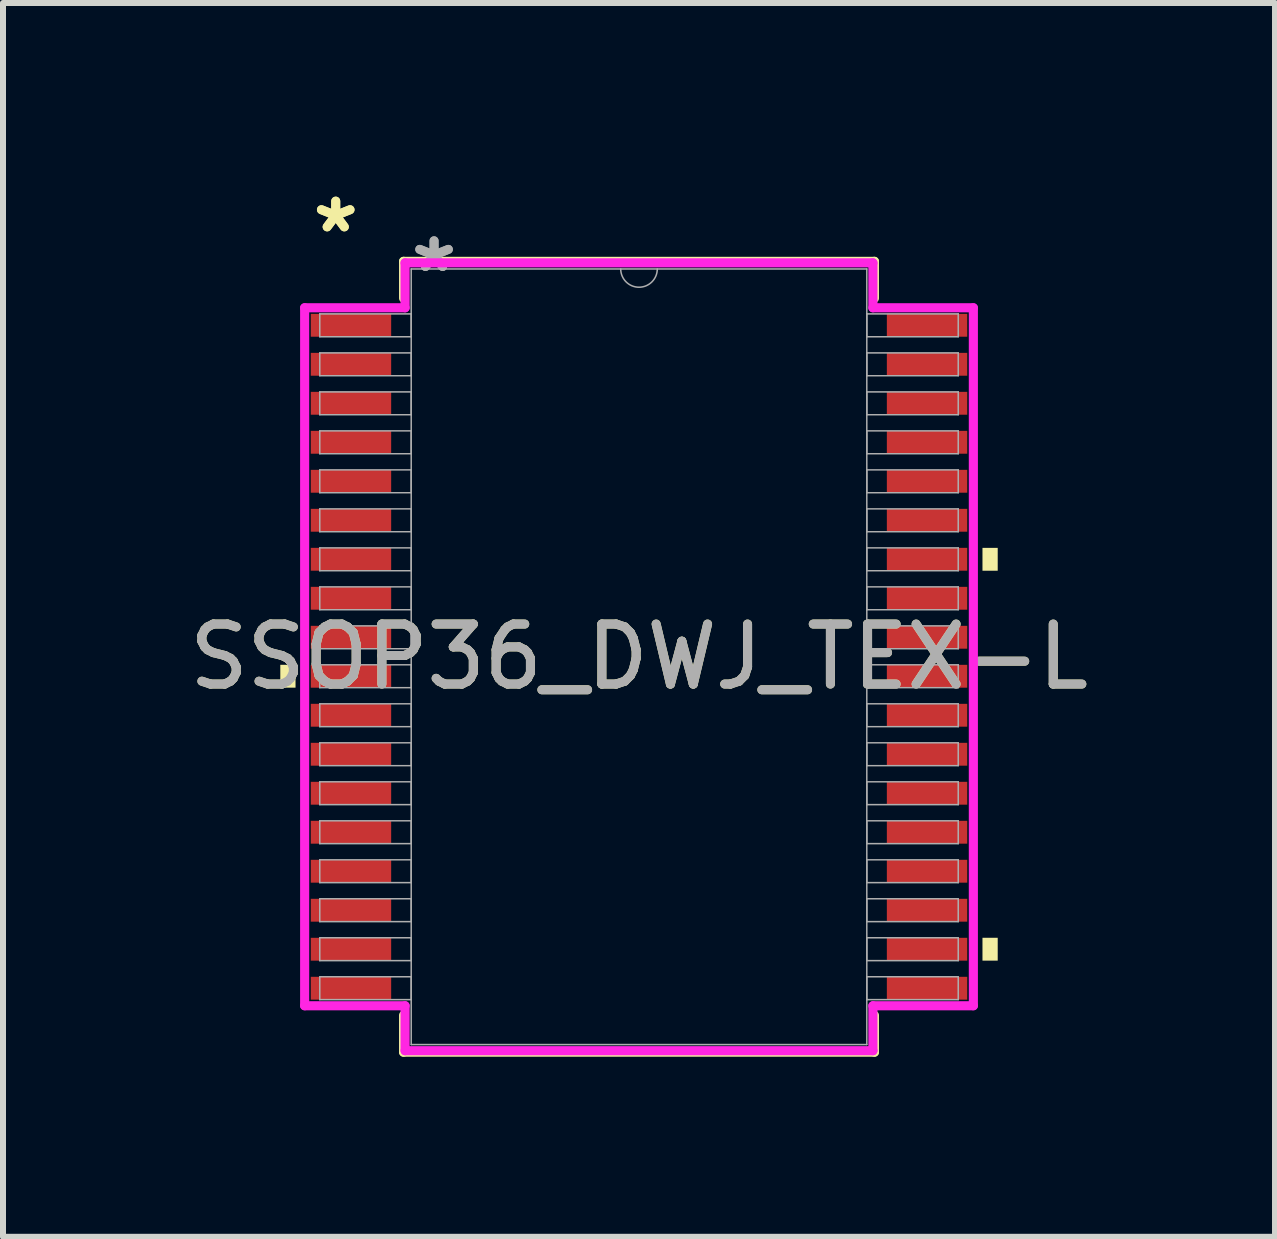
<source format=kicad_pcb>
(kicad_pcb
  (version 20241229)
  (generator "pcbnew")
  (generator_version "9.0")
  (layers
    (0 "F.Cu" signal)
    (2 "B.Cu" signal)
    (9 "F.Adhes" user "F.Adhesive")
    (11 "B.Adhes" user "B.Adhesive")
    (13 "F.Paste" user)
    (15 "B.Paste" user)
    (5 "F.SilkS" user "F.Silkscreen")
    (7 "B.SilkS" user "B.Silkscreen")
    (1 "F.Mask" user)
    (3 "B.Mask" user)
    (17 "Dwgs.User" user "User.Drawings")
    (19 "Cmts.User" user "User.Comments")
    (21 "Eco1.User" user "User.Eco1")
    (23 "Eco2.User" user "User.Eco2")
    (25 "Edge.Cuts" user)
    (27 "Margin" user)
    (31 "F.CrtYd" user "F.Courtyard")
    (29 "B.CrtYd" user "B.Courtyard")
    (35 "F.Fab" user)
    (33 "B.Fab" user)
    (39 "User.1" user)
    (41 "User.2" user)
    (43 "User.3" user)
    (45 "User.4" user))
  (footprint "SSOP36_DWJ_TEX-L"
    (layer "F.Cu")
    (at 7.601 7.897)
    (property "Reference" "SSOP36_DWJ_TEX-L" (at 0 0 0) (unlocked yes) (layer "F.SilkS") (effects (font (size 1 1) (thickness 0.15))))
    (attr smd)
    (fp_line (start -3.924 -6.591) (end -3.924 -5.976) (stroke (width 0.152) (type solid)) (layer "F.SilkS"))
    (fp_line (start -3.924 5.976) (end -3.924 6.591) (stroke (width 0.152) (type solid)) (layer "F.SilkS"))
    (fp_line (start -3.924 6.591) (end 3.924 6.591) (stroke (width 0.152) (type solid)) (layer "F.SilkS"))
    (fp_line (start 3.924 -6.591) (end -3.924 -6.591) (stroke (width 0.152) (type solid)) (layer "F.SilkS"))
    (fp_line (start 3.924 -5.976) (end 3.924 -6.591) (stroke (width 0.152) (type solid)) (layer "F.SilkS"))
    (fp_line (start 3.924 6.591) (end 3.924 5.976) (stroke (width 0.152) (type solid)) (layer "F.SilkS"))
    (fp_poly (pts (xy -5.979 0.134) (xy -5.979 0.515) (xy -5.725 0.515) (xy -5.725 0.134)) (stroke (width 0) (type solid)) (fill yes) (layer "F.SilkS"))
    (fp_poly (pts (xy 5.979 -1.815) (xy 5.979 -1.434) (xy 5.725 -1.434) (xy 5.725 -1.815)) (stroke (width 0) (type solid)) (fill yes) (layer "F.SilkS"))
    (fp_poly (pts (xy 5.979 4.684) (xy 5.979 5.065) (xy 5.725 5.065) (xy 5.725 4.684)) (stroke (width 0) (type solid)) (fill yes) (layer "F.SilkS"))
    (fp_line (start -5.573 -5.817) (end -3.899 -5.817) (stroke (width 0.152) (type solid)) (layer "F.CrtYd"))
    (fp_line (start -5.573 5.817) (end -5.573 -5.817) (stroke (width 0.152) (type solid)) (layer "F.CrtYd"))
    (fp_line (start -5.573 5.817) (end -3.899 5.817) (stroke (width 0.152) (type solid)) (layer "F.CrtYd"))
    (fp_line (start -3.899 -6.566) (end 3.899 -6.566) (stroke (width 0.152) (type solid)) (layer "F.CrtYd"))
    (fp_line (start -3.899 -5.817) (end -3.899 -6.566) (stroke (width 0.152) (type solid)) (layer "F.CrtYd"))
    (fp_line (start -3.899 6.566) (end -3.899 5.817) (stroke (width 0.152) (type solid)) (layer "F.CrtYd"))
    (fp_line (start 3.899 -6.566) (end 3.899 -5.817) (stroke (width 0.152) (type solid)) (layer "F.CrtYd"))
    (fp_line (start 3.899 5.817) (end 3.899 6.566) (stroke (width 0.152) (type solid)) (layer "F.CrtYd"))
    (fp_line (start 3.899 6.566) (end -3.899 6.566) (stroke (width 0.152) (type solid)) (layer "F.CrtYd"))
    (fp_line (start 5.573 -5.817) (end 3.899 -5.817) (stroke (width 0.152) (type solid)) (layer "F.CrtYd"))
    (fp_line (start 5.573 -5.817) (end 5.573 5.817) (stroke (width 0.152) (type solid)) (layer "F.CrtYd"))
    (fp_line (start 5.573 5.817) (end 3.899 5.817) (stroke (width 0.152) (type solid)) (layer "F.CrtYd"))
    (fp_line (start -5.321 -5.715) (end -5.321 -5.334) (stroke (width 0.025) (type solid)) (layer "F.Fab"))
    (fp_line (start -5.321 -5.334) (end -3.797 -5.334) (stroke (width 0.025) (type solid)) (layer "F.Fab"))
    (fp_line (start -5.321 -5.065) (end -5.321 -4.684) (stroke (width 0.025) (type solid)) (layer "F.Fab"))
    (fp_line (start -5.321 -4.684) (end -3.797 -4.684) (stroke (width 0.025) (type solid)) (layer "F.Fab"))
    (fp_line (start -5.321 -4.415) (end -5.321 -4.034) (stroke (width 0.025) (type solid)) (layer "F.Fab"))
    (fp_line (start -5.321 -4.034) (end -3.797 -4.034) (stroke (width 0.025) (type solid)) (layer "F.Fab"))
    (fp_line (start -5.321 -3.765) (end -5.321 -3.384) (stroke (width 0.025) (type solid)) (layer "F.Fab"))
    (fp_line (start -5.321 -3.384) (end -3.797 -3.384) (stroke (width 0.025) (type solid)) (layer "F.Fab"))
    (fp_line (start -5.321 -3.115) (end -5.321 -2.734) (stroke (width 0.025) (type solid)) (layer "F.Fab"))
    (fp_line (start -5.321 -2.734) (end -3.797 -2.734) (stroke (width 0.025) (type solid)) (layer "F.Fab"))
    (fp_line (start -5.321 -2.465) (end -5.321 -2.084) (stroke (width 0.025) (type solid)) (layer "F.Fab"))
    (fp_line (start -5.321 -2.084) (end -3.797 -2.084) (stroke (width 0.025) (type solid)) (layer "F.Fab"))
    (fp_line (start -5.321 -1.815) (end -5.321 -1.434) (stroke (width 0.025) (type solid)) (layer "F.Fab"))
    (fp_line (start -5.321 -1.434) (end -3.797 -1.434) (stroke (width 0.025) (type solid)) (layer "F.Fab"))
    (fp_line (start -5.321 -1.165) (end -5.321 -0.784) (stroke (width 0.025) (type solid)) (layer "F.Fab"))
    (fp_line (start -5.321 -0.784) (end -3.797 -0.784) (stroke (width 0.025) (type solid)) (layer "F.Fab"))
    (fp_line (start -5.321 -0.515) (end -5.321 -0.134) (stroke (width 0.025) (type solid)) (layer "F.Fab"))
    (fp_line (start -5.321 -0.134) (end -3.797 -0.134) (stroke (width 0.025) (type solid)) (layer "F.Fab"))
    (fp_line (start -5.321 0.134) (end -5.321 0.515) (stroke (width 0.025) (type solid)) (layer "F.Fab"))
    (fp_line (start -5.321 0.515) (end -3.797 0.515) (stroke (width 0.025) (type solid)) (layer "F.Fab"))
    (fp_line (start -5.321 0.784) (end -5.321 1.165) (stroke (width 0.025) (type solid)) (layer "F.Fab"))
    (fp_line (start -5.321 1.165) (end -3.797 1.165) (stroke (width 0.025) (type solid)) (layer "F.Fab"))
    (fp_line (start -5.321 1.434) (end -5.321 1.815) (stroke (width 0.025) (type solid)) (layer "F.Fab"))
    (fp_line (start -5.321 1.815) (end -3.797 1.815) (stroke (width 0.025) (type solid)) (layer "F.Fab"))
    (fp_line (start -5.321 2.084) (end -5.321 2.465) (stroke (width 0.025) (type solid)) (layer "F.Fab"))
    (fp_line (start -5.321 2.465) (end -3.797 2.465) (stroke (width 0.025) (type solid)) (layer "F.Fab"))
    (fp_line (start -5.321 2.734) (end -5.321 3.115) (stroke (width 0.025) (type solid)) (layer "F.Fab"))
    (fp_line (start -5.321 3.115) (end -3.797 3.115) (stroke (width 0.025) (type solid)) (layer "F.Fab"))
    (fp_line (start -5.321 3.384) (end -5.321 3.765) (stroke (width 0.025) (type solid)) (layer "F.Fab"))
    (fp_line (start -5.321 3.765) (end -3.797 3.765) (stroke (width 0.025) (type solid)) (layer "F.Fab"))
    (fp_line (start -5.321 4.034) (end -5.321 4.415) (stroke (width 0.025) (type solid)) (layer "F.Fab"))
    (fp_line (start -5.321 4.415) (end -3.797 4.415) (stroke (width 0.025) (type solid)) (layer "F.Fab"))
    (fp_line (start -5.321 4.684) (end -5.321 5.065) (stroke (width 0.025) (type solid)) (layer "F.Fab"))
    (fp_line (start -5.321 5.065) (end -3.797 5.065) (stroke (width 0.025) (type solid)) (layer "F.Fab"))
    (fp_line (start -5.321 5.334) (end -5.321 5.715) (stroke (width 0.025) (type solid)) (layer "F.Fab"))
    (fp_line (start -5.321 5.715) (end -3.797 5.715) (stroke (width 0.025) (type solid)) (layer "F.Fab"))
    (fp_line (start -3.797 -6.464) (end -3.797 6.464) (stroke (width 0.025) (type solid)) (layer "F.Fab"))
    (fp_line (start -3.797 -5.715) (end -5.321 -5.715) (stroke (width 0.025) (type solid)) (layer "F.Fab"))
    (fp_line (start -3.797 -5.334) (end -3.797 -5.715) (stroke (width 0.025) (type solid)) (layer "F.Fab"))
    (fp_line (start -3.797 -5.065) (end -5.321 -5.065) (stroke (width 0.025) (type solid)) (layer "F.Fab"))
    (fp_line (start -3.797 -4.684) (end -3.797 -5.065) (stroke (width 0.025) (type solid)) (layer "F.Fab"))
    (fp_line (start -3.797 -4.415) (end -5.321 -4.415) (stroke (width 0.025) (type solid)) (layer "F.Fab"))
    (fp_line (start -3.797 -4.034) (end -3.797 -4.415) (stroke (width 0.025) (type solid)) (layer "F.Fab"))
    (fp_line (start -3.797 -3.765) (end -5.321 -3.765) (stroke (width 0.025) (type solid)) (layer "F.Fab"))
    (fp_line (start -3.797 -3.384) (end -3.797 -3.765) (stroke (width 0.025) (type solid)) (layer "F.Fab"))
    (fp_line (start -3.797 -3.115) (end -5.321 -3.115) (stroke (width 0.025) (type solid)) (layer "F.Fab"))
    (fp_line (start -3.797 -2.734) (end -3.797 -3.115) (stroke (width 0.025) (type solid)) (layer "F.Fab"))
    (fp_line (start -3.797 -2.465) (end -5.321 -2.465) (stroke (width 0.025) (type solid)) (layer "F.Fab"))
    (fp_line (start -3.797 -2.084) (end -3.797 -2.465) (stroke (width 0.025) (type solid)) (layer "F.Fab"))
    (fp_line (start -3.797 -1.815) (end -5.321 -1.815) (stroke (width 0.025) (type solid)) (layer "F.Fab"))
    (fp_line (start -3.797 -1.434) (end -3.797 -1.815) (stroke (width 0.025) (type solid)) (layer "F.Fab"))
    (fp_line (start -3.797 -1.165) (end -5.321 -1.165) (stroke (width 0.025) (type solid)) (layer "F.Fab"))
    (fp_line (start -3.797 -0.784) (end -3.797 -1.165) (stroke (width 0.025) (type solid)) (layer "F.Fab"))
    (fp_line (start -3.797 -0.515) (end -5.321 -0.515) (stroke (width 0.025) (type solid)) (layer "F.Fab"))
    (fp_line (start -3.797 -0.134) (end -3.797 -0.515) (stroke (width 0.025) (type solid)) (layer "F.Fab"))
    (fp_line (start -3.797 0.134) (end -5.321 0.134) (stroke (width 0.025) (type solid)) (layer "F.Fab"))
    (fp_line (start -3.797 0.515) (end -3.797 0.134) (stroke (width 0.025) (type solid)) (layer "F.Fab"))
    (fp_line (start -3.797 0.784) (end -5.321 0.784) (stroke (width 0.025) (type solid)) (layer "F.Fab"))
    (fp_line (start -3.797 1.165) (end -3.797 0.784) (stroke (width 0.025) (type solid)) (layer "F.Fab"))
    (fp_line (start -3.797 1.434) (end -5.321 1.434) (stroke (width 0.025) (type solid)) (layer "F.Fab"))
    (fp_line (start -3.797 1.815) (end -3.797 1.434) (stroke (width 0.025) (type solid)) (layer "F.Fab"))
    (fp_line (start -3.797 2.084) (end -5.321 2.084) (stroke (width 0.025) (type solid)) (layer "F.Fab"))
    (fp_line (start -3.797 2.465) (end -3.797 2.084) (stroke (width 0.025) (type solid)) (layer "F.Fab"))
    (fp_line (start -3.797 2.734) (end -5.321 2.734) (stroke (width 0.025) (type solid)) (layer "F.Fab"))
    (fp_line (start -3.797 3.115) (end -3.797 2.734) (stroke (width 0.025) (type solid)) (layer "F.Fab"))
    (fp_line (start -3.797 3.384) (end -5.321 3.384) (stroke (width 0.025) (type solid)) (layer "F.Fab"))
    (fp_line (start -3.797 3.765) (end -3.797 3.384) (stroke (width 0.025) (type solid)) (layer "F.Fab"))
    (fp_line (start -3.797 4.034) (end -5.321 4.034) (stroke (width 0.025) (type solid)) (layer "F.Fab"))
    (fp_line (start -3.797 4.415) (end -3.797 4.034) (stroke (width 0.025) (type solid)) (layer "F.Fab"))
    (fp_line (start -3.797 4.684) (end -5.321 4.684) (stroke (width 0.025) (type solid)) (layer "F.Fab"))
    (fp_line (start -3.797 5.065) (end -3.797 4.684) (stroke (width 0.025) (type solid)) (layer "F.Fab"))
    (fp_line (start -3.797 5.334) (end -5.321 5.334) (stroke (width 0.025) (type solid)) (layer "F.Fab"))
    (fp_line (start -3.797 5.715) (end -3.797 5.334) (stroke (width 0.025) (type solid)) (layer "F.Fab"))
    (fp_line (start -3.797 6.464) (end 3.797 6.464) (stroke (width 0.025) (type solid)) (layer "F.Fab"))
    (fp_line (start 3.797 -6.464) (end -3.797 -6.464) (stroke (width 0.025) (type solid)) (layer "F.Fab"))
    (fp_line (start 3.797 -5.715) (end 3.797 -5.334) (stroke (width 0.025) (type solid)) (layer "F.Fab"))
    (fp_line (start 3.797 -5.334) (end 5.321 -5.334) (stroke (width 0.025) (type solid)) (layer "F.Fab"))
    (fp_line (start 3.797 -5.065) (end 3.797 -4.684) (stroke (width 0.025) (type solid)) (layer "F.Fab"))
    (fp_line (start 3.797 -4.684) (end 5.321 -4.684) (stroke (width 0.025) (type solid)) (layer "F.Fab"))
    (fp_line (start 3.797 -4.415) (end 3.797 -4.034) (stroke (width 0.025) (type solid)) (layer "F.Fab"))
    (fp_line (start 3.797 -4.034) (end 5.321 -4.034) (stroke (width 0.025) (type solid)) (layer "F.Fab"))
    (fp_line (start 3.797 -3.765) (end 3.797 -3.384) (stroke (width 0.025) (type solid)) (layer "F.Fab"))
    (fp_line (start 3.797 -3.384) (end 5.321 -3.384) (stroke (width 0.025) (type solid)) (layer "F.Fab"))
    (fp_line (start 3.797 -3.115) (end 3.797 -2.734) (stroke (width 0.025) (type solid)) (layer "F.Fab"))
    (fp_line (start 3.797 -2.734) (end 5.321 -2.734) (stroke (width 0.025) (type solid)) (layer "F.Fab"))
    (fp_line (start 3.797 -2.465) (end 3.797 -2.084) (stroke (width 0.025) (type solid)) (layer "F.Fab"))
    (fp_line (start 3.797 -2.084) (end 5.321 -2.084) (stroke (width 0.025) (type solid)) (layer "F.Fab"))
    (fp_line (start 3.797 -1.815) (end 3.797 -1.434) (stroke (width 0.025) (type solid)) (layer "F.Fab"))
    (fp_line (start 3.797 -1.434) (end 5.321 -1.434) (stroke (width 0.025) (type solid)) (layer "F.Fab"))
    (fp_line (start 3.797 -1.165) (end 3.797 -0.784) (stroke (width 0.025) (type solid)) (layer "F.Fab"))
    (fp_line (start 3.797 -0.784) (end 5.321 -0.784) (stroke (width 0.025) (type solid)) (layer "F.Fab"))
    (fp_line (start 3.797 -0.515) (end 3.797 -0.134) (stroke (width 0.025) (type solid)) (layer "F.Fab"))
    (fp_line (start 3.797 -0.134) (end 5.321 -0.134) (stroke (width 0.025) (type solid)) (layer "F.Fab"))
    (fp_line (start 3.797 0.134) (end 3.797 0.515) (stroke (width 0.025) (type solid)) (layer "F.Fab"))
    (fp_line (start 3.797 0.515) (end 5.321 0.515) (stroke (width 0.025) (type solid)) (layer "F.Fab"))
    (fp_line (start 3.797 0.784) (end 3.797 1.165) (stroke (width 0.025) (type solid)) (layer "F.Fab"))
    (fp_line (start 3.797 1.165) (end 5.321 1.165) (stroke (width 0.025) (type solid)) (layer "F.Fab"))
    (fp_line (start 3.797 1.434) (end 3.797 1.815) (stroke (width 0.025) (type solid)) (layer "F.Fab"))
    (fp_line (start 3.797 1.815) (end 5.321 1.815) (stroke (width 0.025) (type solid)) (layer "F.Fab"))
    (fp_line (start 3.797 2.084) (end 3.797 2.465) (stroke (width 0.025) (type solid)) (layer "F.Fab"))
    (fp_line (start 3.797 2.465) (end 5.321 2.465) (stroke (width 0.025) (type solid)) (layer "F.Fab"))
    (fp_line (start 3.797 2.734) (end 3.797 3.115) (stroke (width 0.025) (type solid)) (layer "F.Fab"))
    (fp_line (start 3.797 3.115) (end 5.321 3.115) (stroke (width 0.025) (type solid)) (layer "F.Fab"))
    (fp_line (start 3.797 3.384) (end 3.797 3.765) (stroke (width 0.025) (type solid)) (layer "F.Fab"))
    (fp_line (start 3.797 3.765) (end 5.321 3.765) (stroke (width 0.025) (type solid)) (layer "F.Fab"))
    (fp_line (start 3.797 4.034) (end 3.797 4.415) (stroke (width 0.025) (type solid)) (layer "F.Fab"))
    (fp_line (start 3.797 4.415) (end 5.321 4.415) (stroke (width 0.025) (type solid)) (layer "F.Fab"))
    (fp_line (start 3.797 4.684) (end 3.797 5.065) (stroke (width 0.025) (type solid)) (layer "F.Fab"))
    (fp_line (start 3.797 5.065) (end 5.321 5.065) (stroke (width 0.025) (type solid)) (layer "F.Fab"))
    (fp_line (start 3.797 5.334) (end 3.797 5.715) (stroke (width 0.025) (type solid)) (layer "F.Fab"))
    (fp_line (start 3.797 5.715) (end 5.321 5.715) (stroke (width 0.025) (type solid)) (layer "F.Fab"))
    (fp_line (start 3.797 6.464) (end 3.797 -6.464) (stroke (width 0.025) (type solid)) (layer "F.Fab"))
    (fp_line (start 5.321 -5.715) (end 3.797 -5.715) (stroke (width 0.025) (type solid)) (layer "F.Fab"))
    (fp_line (start 5.321 -5.334) (end 5.321 -5.715) (stroke (width 0.025) (type solid)) (layer "F.Fab"))
    (fp_line (start 5.321 -5.065) (end 3.797 -5.065) (stroke (width 0.025) (type solid)) (layer "F.Fab"))
    (fp_line (start 5.321 -4.684) (end 5.321 -5.065) (stroke (width 0.025) (type solid)) (layer "F.Fab"))
    (fp_line (start 5.321 -4.415) (end 3.797 -4.415) (stroke (width 0.025) (type solid)) (layer "F.Fab"))
    (fp_line (start 5.321 -4.034) (end 5.321 -4.415) (stroke (width 0.025) (type solid)) (layer "F.Fab"))
    (fp_line (start 5.321 -3.765) (end 3.797 -3.765) (stroke (width 0.025) (type solid)) (layer "F.Fab"))
    (fp_line (start 5.321 -3.384) (end 5.321 -3.765) (stroke (width 0.025) (type solid)) (layer "F.Fab"))
    (fp_line (start 5.321 -3.115) (end 3.797 -3.115) (stroke (width 0.025) (type solid)) (layer "F.Fab"))
    (fp_line (start 5.321 -2.734) (end 5.321 -3.115) (stroke (width 0.025) (type solid)) (layer "F.Fab"))
    (fp_line (start 5.321 -2.465) (end 3.797 -2.465) (stroke (width 0.025) (type solid)) (layer "F.Fab"))
    (fp_line (start 5.321 -2.084) (end 5.321 -2.465) (stroke (width 0.025) (type solid)) (layer "F.Fab"))
    (fp_line (start 5.321 -1.815) (end 3.797 -1.815) (stroke (width 0.025) (type solid)) (layer "F.Fab"))
    (fp_line (start 5.321 -1.434) (end 5.321 -1.815) (stroke (width 0.025) (type solid)) (layer "F.Fab"))
    (fp_line (start 5.321 -1.165) (end 3.797 -1.165) (stroke (width 0.025) (type solid)) (layer "F.Fab"))
    (fp_line (start 5.321 -0.784) (end 5.321 -1.165) (stroke (width 0.025) (type solid)) (layer "F.Fab"))
    (fp_line (start 5.321 -0.515) (end 3.797 -0.515) (stroke (width 0.025) (type solid)) (layer "F.Fab"))
    (fp_line (start 5.321 -0.134) (end 5.321 -0.515) (stroke (width 0.025) (type solid)) (layer "F.Fab"))
    (fp_line (start 5.321 0.134) (end 3.797 0.134) (stroke (width 0.025) (type solid)) (layer "F.Fab"))
    (fp_line (start 5.321 0.515) (end 5.321 0.134) (stroke (width 0.025) (type solid)) (layer "F.Fab"))
    (fp_line (start 5.321 0.784) (end 3.797 0.784) (stroke (width 0.025) (type solid)) (layer "F.Fab"))
    (fp_line (start 5.321 1.165) (end 5.321 0.784) (stroke (width 0.025) (type solid)) (layer "F.Fab"))
    (fp_line (start 5.321 1.434) (end 3.797 1.434) (stroke (width 0.025) (type solid)) (layer "F.Fab"))
    (fp_line (start 5.321 1.815) (end 5.321 1.434) (stroke (width 0.025) (type solid)) (layer "F.Fab"))
    (fp_line (start 5.321 2.084) (end 3.797 2.084) (stroke (width 0.025) (type solid)) (layer "F.Fab"))
    (fp_line (start 5.321 2.465) (end 5.321 2.084) (stroke (width 0.025) (type solid)) (layer "F.Fab"))
    (fp_line (start 5.321 2.734) (end 3.797 2.734) (stroke (width 0.025) (type solid)) (layer "F.Fab"))
    (fp_line (start 5.321 3.115) (end 5.321 2.734) (stroke (width 0.025) (type solid)) (layer "F.Fab"))
    (fp_line (start 5.321 3.384) (end 3.797 3.384) (stroke (width 0.025) (type solid)) (layer "F.Fab"))
    (fp_line (start 5.321 3.765) (end 5.321 3.384) (stroke (width 0.025) (type solid)) (layer "F.Fab"))
    (fp_line (start 5.321 4.034) (end 3.797 4.034) (stroke (width 0.025) (type solid)) (layer "F.Fab"))
    (fp_line (start 5.321 4.415) (end 5.321 4.034) (stroke (width 0.025) (type solid)) (layer "F.Fab"))
    (fp_line (start 5.321 4.684) (end 3.797 4.684) (stroke (width 0.025) (type solid)) (layer "F.Fab"))
    (fp_line (start 5.321 5.065) (end 5.321 4.684) (stroke (width 0.025) (type solid)) (layer "F.Fab"))
    (fp_line (start 5.321 5.334) (end 3.797 5.334) (stroke (width 0.025) (type solid)) (layer "F.Fab"))
    (fp_line (start 5.321 5.715) (end 5.321 5.334) (stroke (width 0.025) (type solid)) (layer "F.Fab"))
    (fp_arc (start 0.3048 -6.4643) (mid 0 -6.1595) (end -0.3048 -6.4643) (stroke (width 0.0254) (type solid)) (layer "F.Fab"))
    (fp_text user "*" (at -5.055 -7.049 0) (unlocked yes) (layer "F.SilkS") (effects (font (size 1 1) (thickness 0.15))))
    (fp_text user "*" (at -5.055 -7.049 0) (layer "F.SilkS") (effects (font (size 1 1) (thickness 0.15))))
    (fp_text user "*" (at -3.416 -6.388 0) (unlocked yes) (layer "F.Fab") (effects (font (size 1 1) (thickness 0.15))))
    (fp_text user "${REFERENCE}" (at 0 0 0) (unlocked yes) (layer "F.Fab") (effects (font (size 1 1) (thickness 0.15))))
    (fp_text user "*" (at -3.416 -6.388 0) (layer "F.Fab") (effects (font (size 1 1) (thickness 0.15))))
    (pad "1" smd rect (at -4.801 -5.525) (size 1.34 0.381) (layers "F.Cu" "F.Mask" "F.Paste"))
    (pad "2" smd rect (at -4.801 -4.875) (size 1.34 0.381) (layers "F.Cu" "F.Mask" "F.Paste"))
    (pad "3" smd rect (at -4.801 -4.225) (size 1.34 0.381) (layers "F.Cu" "F.Mask" "F.Paste"))
    (pad "4" smd rect (at -4.801 -3.575) (size 1.34 0.381) (layers "F.Cu" "F.Mask" "F.Paste"))
    (pad "5" smd rect (at -4.801 -2.925) (size 1.34 0.381) (layers "F.Cu" "F.Mask" "F.Paste"))
    (pad "6" smd rect (at -4.801 -2.275) (size 1.34 0.381) (layers "F.Cu" "F.Mask" "F.Paste"))
    (pad "7" smd rect (at -4.801 -1.625) (size 1.34 0.381) (layers "F.Cu" "F.Mask" "F.Paste"))
    (pad "8" smd rect (at -4.801 -0.975) (size 1.34 0.381) (layers "F.Cu" "F.Mask" "F.Paste"))
    (pad "9" smd rect (at -4.801 -0.325) (size 1.34 0.381) (layers "F.Cu" "F.Mask" "F.Paste"))
    (pad "10" smd rect (at -4.801 0.325) (size 1.34 0.381) (layers "F.Cu" "F.Mask" "F.Paste"))
    (pad "11" smd rect (at -4.801 0.975) (size 1.34 0.381) (layers "F.Cu" "F.Mask" "F.Paste"))
    (pad "12" smd rect (at -4.801 1.625) (size 1.34 0.381) (layers "F.Cu" "F.Mask" "F.Paste"))
    (pad "13" smd rect (at -4.801 2.275) (size 1.34 0.381) (layers "F.Cu" "F.Mask" "F.Paste"))
    (pad "14" smd rect (at -4.801 2.925) (size 1.34 0.381) (layers "F.Cu" "F.Mask" "F.Paste"))
    (pad "15" smd rect (at -4.801 3.575) (size 1.34 0.381) (layers "F.Cu" "F.Mask" "F.Paste"))
    (pad "16" smd rect (at -4.801 4.225) (size 1.34 0.381) (layers "F.Cu" "F.Mask" "F.Paste"))
    (pad "17" smd rect (at -4.801 4.875) (size 1.34 0.381) (layers "F.Cu" "F.Mask" "F.Paste"))
    (pad "18" smd rect (at -4.801 5.525) (size 1.34 0.381) (layers "F.Cu" "F.Mask" "F.Paste"))
    (pad "19" smd rect (at 4.801 5.525) (size 1.34 0.381) (layers "F.Cu" "F.Mask" "F.Paste"))
    (pad "20" smd rect (at 4.801 4.875) (size 1.34 0.381) (layers "F.Cu" "F.Mask" "F.Paste"))
    (pad "21" smd rect (at 4.801 4.225) (size 1.34 0.381) (layers "F.Cu" "F.Mask" "F.Paste"))
    (pad "22" smd rect (at 4.801 3.575) (size 1.34 0.381) (layers "F.Cu" "F.Mask" "F.Paste"))
    (pad "23" smd rect (at 4.801 2.925) (size 1.34 0.381) (layers "F.Cu" "F.Mask" "F.Paste"))
    (pad "24" smd rect (at 4.801 2.275) (size 1.34 0.381) (layers "F.Cu" "F.Mask" "F.Paste"))
    (pad "25" smd rect (at 4.801 1.625) (size 1.34 0.381) (layers "F.Cu" "F.Mask" "F.Paste"))
    (pad "26" smd rect (at 4.801 0.975) (size 1.34 0.381) (layers "F.Cu" "F.Mask" "F.Paste"))
    (pad "27" smd rect (at 4.801 0.325) (size 1.34 0.381) (layers "F.Cu" "F.Mask" "F.Paste"))
    (pad "28" smd rect (at 4.801 -0.325) (size 1.34 0.381) (layers "F.Cu" "F.Mask" "F.Paste"))
    (pad "29" smd rect (at 4.801 -0.975) (size 1.34 0.381) (layers "F.Cu" "F.Mask" "F.Paste"))
    (pad "30" smd rect (at 4.801 -1.625) (size 1.34 0.381) (layers "F.Cu" "F.Mask" "F.Paste"))
    (pad "31" smd rect (at 4.801 -2.275) (size 1.34 0.381) (layers "F.Cu" "F.Mask" "F.Paste"))
    (pad "32" smd rect (at 4.801 -2.925) (size 1.34 0.381) (layers "F.Cu" "F.Mask" "F.Paste"))
    (pad "33" smd rect (at 4.801 -3.575) (size 1.34 0.381) (layers "F.Cu" "F.Mask" "F.Paste"))
    (pad "34" smd rect (at 4.801 -4.225) (size 1.34 0.381) (layers "F.Cu" "F.Mask" "F.Paste"))
    (pad "35" smd rect (at 4.801 -4.875) (size 1.34 0.381) (layers "F.Cu" "F.Mask" "F.Paste"))
    (pad "36" smd rect (at 4.801 -5.525) (size 1.34 0.381) (layers "F.Cu" "F.Mask" "F.Paste")))
  (gr_rect
    (start -3 -3)
    (end 18.202 17.565)
    (stroke (width 0.1) (type default))
    (fill no)
    (layer "Edge.Cuts")))
</source>
